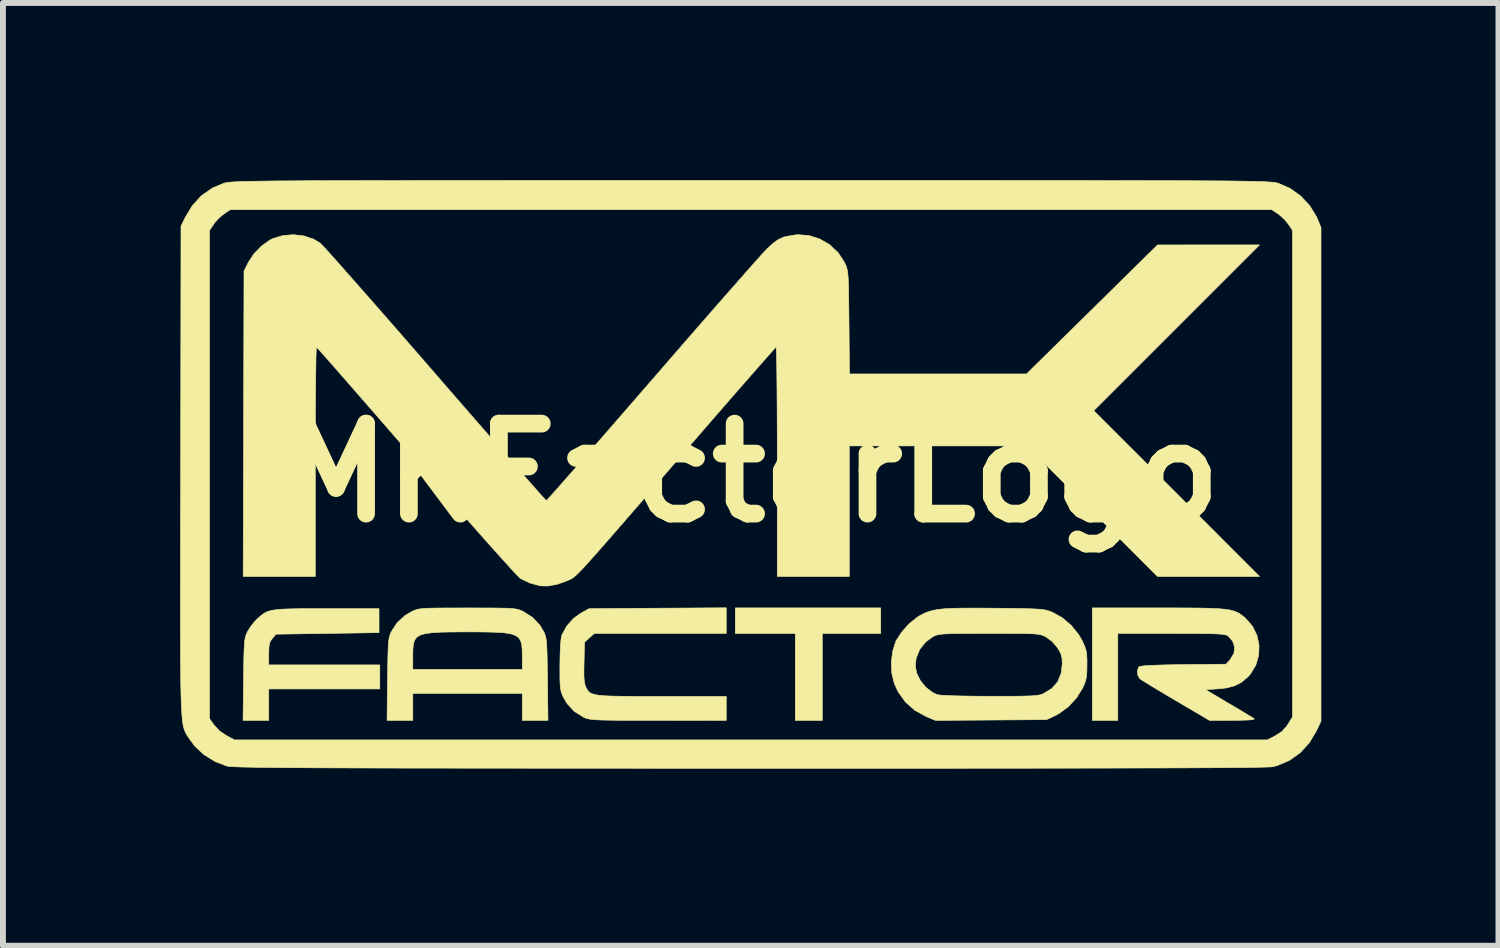
<source format=kicad_pcb>
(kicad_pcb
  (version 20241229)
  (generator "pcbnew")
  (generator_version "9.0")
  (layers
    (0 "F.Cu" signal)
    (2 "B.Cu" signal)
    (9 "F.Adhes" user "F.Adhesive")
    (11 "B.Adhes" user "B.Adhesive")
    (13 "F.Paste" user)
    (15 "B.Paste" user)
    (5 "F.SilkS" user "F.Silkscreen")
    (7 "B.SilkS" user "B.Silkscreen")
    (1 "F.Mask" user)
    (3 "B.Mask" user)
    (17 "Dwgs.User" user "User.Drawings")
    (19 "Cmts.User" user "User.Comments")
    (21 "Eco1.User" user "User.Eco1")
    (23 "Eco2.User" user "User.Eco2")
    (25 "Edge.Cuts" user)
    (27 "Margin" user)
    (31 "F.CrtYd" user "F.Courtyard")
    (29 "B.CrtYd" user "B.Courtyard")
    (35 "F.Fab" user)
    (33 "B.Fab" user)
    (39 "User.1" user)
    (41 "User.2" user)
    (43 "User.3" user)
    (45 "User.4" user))
  (footprint "MKFactorLogo"
    (layer "F.Cu")
    (at 9.68 4.958)
    (property "Reference" "MKFactorLogo" (at 0 0 180) (layer "F.SilkS") (effects (font (size 1.524 1.524) (thickness 0.3))))
    (attr through_hole)
    (fp_poly (pts (xy 2.184 2.718) (xy 1.194 2.718) (xy 1.194 4.191) (xy 0.737 4.191) (xy 0.737 2.718) (xy -0.279 2.718) (xy -0.279 2.286) (xy 2.184 2.286) (xy 2.184 2.718)) (stroke (width 0.01) (type solid)) (fill yes) (layer "F.SilkS"))
    (fp_poly (pts (xy -6.312 2.705) (xy -7.184 2.718) (xy -8.056 2.731) (xy -8.118 2.802) (xy -8.15 2.847) (xy -8.169 2.897) (xy -8.177 2.969) (xy -8.179 3.062) (xy -8.179 3.251) (xy -6.299 3.251) (xy -6.299 3.658) (xy -8.179 3.658) (xy -8.179 4.191) (xy -8.614 4.191) (xy -8.606 3.499) (xy -8.603 3.293) (xy -8.601 3.13) (xy -8.597 3.006) (xy -8.592 2.912) (xy -8.586 2.842) (xy -8.577 2.79) (xy -8.566 2.749) (xy -8.55 2.712) (xy -8.538 2.687) (xy -8.481 2.595) (xy -8.407 2.505) (xy -8.377 2.475) (xy -8.327 2.43) (xy -8.282 2.394) (xy -8.236 2.365) (xy -8.183 2.342) (xy -8.119 2.326) (xy -8.037 2.314) (xy -7.931 2.306) (xy -7.797 2.302) (xy -7.628 2.299) (xy -7.418 2.299) (xy -7.201 2.299) (xy -6.312 2.299) (xy -6.312 2.705)) (stroke (width 0.01) (type solid)) (fill yes) (layer "F.SilkS"))
    (fp_poly (pts (xy -0.432 2.718) (xy -2.666 2.718) (xy -2.749 2.792) (xy -2.832 2.866) (xy -2.84 3.208) (xy -2.843 3.358) (xy -2.841 3.465) (xy -2.834 3.542) (xy -2.822 3.596) (xy -2.808 3.629) (xy -2.789 3.665) (xy -2.769 3.695) (xy -2.743 3.72) (xy -2.706 3.739) (xy -2.655 3.754) (xy -2.585 3.766) (xy -2.491 3.774) (xy -2.368 3.779) (xy -2.213 3.782) (xy -2.02 3.784) (xy -1.785 3.785) (xy -1.525 3.785) (xy -0.432 3.785) (xy -0.432 4.191) (xy -1.581 4.19) (xy -1.853 4.19) (xy -2.08 4.19) (xy -2.265 4.189) (xy -2.414 4.187) (xy -2.531 4.185) (xy -2.621 4.181) (xy -2.69 4.176) (xy -2.741 4.17) (xy -2.781 4.162) (xy -2.812 4.152) (xy -2.841 4.14) (xy -2.845 4.138) (xy -3.004 4.039) (xy -3.129 3.903) (xy -3.191 3.797) (xy -3.213 3.747) (xy -3.229 3.698) (xy -3.24 3.641) (xy -3.246 3.567) (xy -3.249 3.466) (xy -3.249 3.328) (xy -3.249 3.251) (xy -3.246 3.08) (xy -3.24 2.936) (xy -3.231 2.827) (xy -3.22 2.759) (xy -3.218 2.751) (xy -3.136 2.598) (xy -3.018 2.464) (xy -2.894 2.375) (xy -2.756 2.299) (xy -1.594 2.291) (xy -0.432 2.284) (xy -0.432 2.718)) (stroke (width 0.01) (type solid)) (fill yes) (layer "F.SilkS"))
    (fp_poly (pts (xy 7.167 2.286) (xy 7.41 2.287) (xy 7.611 2.289) (xy 7.776 2.293) (xy 7.91 2.3) (xy 8.016 2.309) (xy 8.101 2.322) (xy 8.168 2.34) (xy 8.223 2.362) (xy 8.27 2.389) (xy 8.314 2.422) (xy 8.361 2.462) (xy 8.362 2.463) (xy 8.479 2.597) (xy 8.555 2.753) (xy 8.59 2.92) (xy 8.583 3.091) (xy 8.535 3.255) (xy 8.444 3.405) (xy 8.403 3.451) (xy 8.294 3.544) (xy 8.175 3.606) (xy 8.031 3.642) (xy 7.899 3.656) (xy 7.684 3.67) (xy 8.077 3.904) (xy 8.206 3.98) (xy 8.322 4.049) (xy 8.416 4.106) (xy 8.482 4.146) (xy 8.509 4.163) (xy 8.505 4.173) (xy 8.457 4.181) (xy 8.362 4.186) (xy 8.219 4.189) (xy 8.149 4.19) (xy 7.751 4.191) (xy 7.184 3.857) (xy 7.028 3.765) (xy 6.886 3.68) (xy 6.762 3.605) (xy 6.664 3.545) (xy 6.598 3.503) (xy 6.572 3.485) (xy 6.538 3.429) (xy 6.529 3.359) (xy 6.547 3.297) (xy 6.561 3.281) (xy 6.598 3.272) (xy 6.684 3.263) (xy 6.817 3.257) (xy 6.997 3.251) (xy 7.22 3.247) (xy 7.312 3.246) (xy 8.031 3.239) (xy 8.105 3.156) (xy 8.165 3.055) (xy 8.177 2.95) (xy 8.142 2.847) (xy 8.068 2.763) (xy 8.05 2.751) (xy 8.023 2.742) (xy 7.984 2.734) (xy 7.926 2.729) (xy 7.845 2.725) (xy 7.735 2.722) (xy 7.591 2.72) (xy 7.408 2.719) (xy 7.181 2.718) (xy 7.106 2.718) (xy 6.198 2.718) (xy 6.198 4.191) (xy 5.766 4.191) (xy 5.766 2.286) (xy 6.879 2.286) (xy 7.167 2.286)) (stroke (width 0.01) (type solid)) (fill yes) (layer "F.SilkS"))
    (fp_poly (pts (xy -4.588 2.287) (xy -4.408 2.287) (xy -4.267 2.289) (xy -4.159 2.291) (xy -4.077 2.295) (xy -4.016 2.301) (xy -3.969 2.31) (xy -3.931 2.321) (xy -3.896 2.335) (xy -3.873 2.346) (xy -3.712 2.448) (xy -3.585 2.584) (xy -3.521 2.692) (xy -3.505 2.73) (xy -3.492 2.769) (xy -3.482 2.818) (xy -3.475 2.882) (xy -3.47 2.968) (xy -3.466 3.084) (xy -3.463 3.234) (xy -3.46 3.427) (xy -3.459 3.499) (xy -3.451 4.191) (xy -3.886 4.191) (xy -3.886 3.734) (xy -5.74 3.734) (xy -5.74 4.191) (xy -6.176 4.191) (xy -6.168 3.499) (xy -6.165 3.291) (xy -6.162 3.128) (xy -6.161 3.104) (xy -5.74 3.104) (xy -5.74 3.327) (xy -3.886 3.327) (xy -3.886 3.104) (xy -3.888 2.997) (xy -3.895 2.91) (xy -3.914 2.842) (xy -3.948 2.789) (xy -4.003 2.751) (xy -4.083 2.724) (xy -4.194 2.707) (xy -4.34 2.698) (xy -4.527 2.693) (xy -4.758 2.692) (xy -4.813 2.692) (xy -5.055 2.693) (xy -5.25 2.696) (xy -5.404 2.705) (xy -5.522 2.72) (xy -5.609 2.744) (xy -5.669 2.78) (xy -5.707 2.829) (xy -5.729 2.894) (xy -5.738 2.977) (xy -5.74 3.08) (xy -5.74 3.104) (xy -6.161 3.104) (xy -6.158 3.002) (xy -6.154 2.907) (xy -6.147 2.836) (xy -6.138 2.784) (xy -6.126 2.742) (xy -6.111 2.705) (xy -6.106 2.692) (xy -6.004 2.536) (xy -5.865 2.41) (xy -5.753 2.346) (xy -5.717 2.329) (xy -5.681 2.316) (xy -5.641 2.306) (xy -5.59 2.299) (xy -5.521 2.293) (xy -5.43 2.29) (xy -5.309 2.288) (xy -5.154 2.287) (xy -4.957 2.287) (xy -4.813 2.286) (xy -4.588 2.287)) (stroke (width 0.01) (type solid)) (fill yes) (layer "F.SilkS"))
    (fp_poly (pts (xy 4.013 2.29) (xy 4.115 2.291) (xy 4.342 2.293) (xy 4.525 2.296) (xy 4.67 2.299) (xy 4.782 2.303) (xy 4.867 2.308) (xy 4.932 2.315) (xy 4.984 2.324) (xy 5.027 2.336) (xy 5.068 2.351) (xy 5.086 2.358) (xy 5.254 2.45) (xy 5.408 2.581) (xy 5.536 2.739) (xy 5.594 2.84) (xy 5.633 2.925) (xy 5.658 2.995) (xy 5.671 3.067) (xy 5.676 3.159) (xy 5.676 3.251) (xy 5.674 3.372) (xy 5.666 3.46) (xy 5.649 3.532) (xy 5.62 3.606) (xy 5.602 3.644) (xy 5.498 3.81) (xy 5.36 3.959) (xy 5.202 4.075) (xy 5.137 4.11) (xy 4.991 4.178) (xy 3.111 4.191) (xy 2.961 4.129) (xy 2.763 4.021) (xy 2.601 3.878) (xy 2.475 3.7) (xy 2.413 3.563) (xy 2.372 3.396) (xy 2.365 3.264) (xy 2.769 3.264) (xy 2.792 3.391) (xy 2.855 3.517) (xy 2.948 3.631) (xy 3.061 3.718) (xy 3.137 3.754) (xy 3.185 3.762) (xy 3.28 3.768) (xy 3.418 3.774) (xy 3.593 3.778) (xy 3.803 3.781) (xy 4.026 3.782) (xy 4.254 3.782) (xy 4.436 3.782) (xy 4.58 3.78) (xy 4.69 3.777) (xy 4.773 3.773) (xy 4.834 3.767) (xy 4.88 3.758) (xy 4.916 3.747) (xy 4.94 3.737) (xy 5.083 3.649) (xy 5.182 3.534) (xy 5.24 3.39) (xy 5.258 3.229) (xy 5.253 3.131) (xy 5.232 3.056) (xy 5.188 2.977) (xy 5.175 2.957) (xy 5.086 2.853) (xy 4.982 2.777) (xy 4.981 2.776) (xy 4.949 2.761) (xy 4.918 2.748) (xy 4.881 2.738) (xy 4.833 2.73) (xy 4.768 2.725) (xy 4.68 2.722) (xy 4.563 2.719) (xy 4.412 2.718) (xy 4.221 2.718) (xy 4.021 2.718) (xy 3.789 2.718) (xy 3.603 2.719) (xy 3.456 2.72) (xy 3.342 2.723) (xy 3.257 2.727) (xy 3.194 2.733) (xy 3.148 2.741) (xy 3.113 2.751) (xy 3.083 2.764) (xy 3.076 2.767) (xy 2.944 2.862) (xy 2.844 2.988) (xy 2.784 3.136) (xy 2.769 3.264) (xy 2.365 3.264) (xy 2.363 3.211) (xy 2.385 3.026) (xy 2.436 2.861) (xy 2.445 2.842) (xy 2.54 2.693) (xy 2.668 2.552) (xy 2.812 2.437) (xy 2.865 2.406) (xy 2.93 2.374) (xy 2.996 2.348) (xy 3.071 2.327) (xy 3.16 2.312) (xy 3.268 2.3) (xy 3.401 2.293) (xy 3.566 2.29) (xy 3.768 2.289) (xy 4.013 2.29)) (stroke (width 0.01) (type solid)) (fill yes) (layer "F.SilkS"))
    (fp_poly (pts (xy 0.78 -4.953) (xy 1.523 -4.953) (xy 2.219 -4.953) (xy 2.868 -4.953) (xy 3.474 -4.953) (xy 4.036 -4.953) (xy 4.558 -4.952) (xy 5.04 -4.952) (xy 5.484 -4.952) (xy 5.891 -4.951) (xy 6.264 -4.951) (xy 6.604 -4.95) (xy 6.912 -4.949) (xy 7.191 -4.949) (xy 7.441 -4.948) (xy 7.664 -4.946) (xy 7.862 -4.945) (xy 8.037 -4.944) (xy 8.19 -4.942) (xy 8.323 -4.94) (xy 8.437 -4.938) (xy 8.535 -4.936) (xy 8.616 -4.934) (xy 8.684 -4.931) (xy 8.74 -4.928) (xy 8.785 -4.925) (xy 8.821 -4.922) (xy 8.85 -4.919) (xy 8.873 -4.915) (xy 8.892 -4.911) (xy 8.908 -4.906) (xy 8.922 -4.902) (xy 9.117 -4.817) (xy 9.295 -4.689) (xy 9.445 -4.529) (xy 9.559 -4.345) (xy 9.583 -4.293) (xy 9.639 -4.153) (xy 9.639 4.204) (xy 9.558 4.374) (xy 9.439 4.572) (xy 9.286 4.738) (xy 9.105 4.867) (xy 8.902 4.954) (xy 8.819 4.976) (xy 8.789 4.978) (xy 8.727 4.981) (xy 8.632 4.983) (xy 8.503 4.986) (xy 8.338 4.988) (xy 8.138 4.99) (xy 7.9 4.992) (xy 7.625 4.993) (xy 7.311 4.995) (xy 6.957 4.996) (xy 6.563 4.997) (xy 6.127 4.998) (xy 5.649 4.999) (xy 5.128 5) (xy 4.562 5.001) (xy 3.951 5.001) (xy 3.294 5.002) (xy 2.591 5.002) (xy 1.839 5.002) (xy 1.039 5.002) (xy 0.189 5.002) (xy -0.033 5.002) (xy -0.837 5.002) (xy -1.591 5.002) (xy -2.298 5.001) (xy -2.958 5.001) (xy -3.574 5.001) (xy -4.147 5) (xy -4.678 5) (xy -5.168 4.999) (xy -5.621 4.999) (xy -6.036 4.998) (xy -6.415 4.997) (xy -6.76 4.996) (xy -7.073 4.995) (xy -7.355 4.994) (xy -7.607 4.992) (xy -7.831 4.991) (xy -8.029 4.989) (xy -8.202 4.987) (xy -8.351 4.986) (xy -8.479 4.983) (xy -8.586 4.981) (xy -8.674 4.979) (xy -8.745 4.976) (xy -8.8 4.974) (xy -8.84 4.971) (xy -8.868 4.967) (xy -8.884 4.965) (xy -9.088 4.887) (xy -9.274 4.772) (xy -9.43 4.628) (xy -9.534 4.486) (xy -9.553 4.456) (xy -9.57 4.429) (xy -9.585 4.402) (xy -9.598 4.374) (xy -9.611 4.343) (xy -9.622 4.304) (xy -9.631 4.258) (xy -9.64 4.2) (xy -9.647 4.129) (xy -9.653 4.042) (xy -9.659 3.936) (xy -9.663 3.811) (xy -9.667 3.662) (xy -9.67 3.489) (xy -9.672 3.287) (xy -9.673 3.056) (xy -9.674 2.792) (xy -9.675 2.494) (xy -9.675 2.159) (xy -9.674 1.784) (xy -9.674 1.367) (xy -9.673 0.906) (xy -9.672 0.399) (xy -9.671 -0.04) (xy -9.665 -4.106) (xy -9.182 -4.106) (xy -9.182 4.161) (xy -9.105 4.27) (xy -9.01 4.372) (xy -8.893 4.45) (xy -8.757 4.521) (xy 8.732 4.521) (xy 8.868 4.45) (xy 8.981 4.376) (xy 9.064 4.28) (xy 9.08 4.255) (xy 9.157 4.131) (xy 9.157 -4.106) (xy 9.087 -4.212) (xy 9.019 -4.294) (xy 8.936 -4.369) (xy 8.911 -4.388) (xy 8.805 -4.458) (xy -8.83 -4.458) (xy -8.936 -4.388) (xy -9.018 -4.32) (xy -9.094 -4.237) (xy -9.112 -4.212) (xy -9.182 -4.106) (xy -9.665 -4.106) (xy -9.665 -4.178) (xy -9.598 -4.318) (xy -9.473 -4.526) (xy -9.318 -4.695) (xy -9.135 -4.823) (xy -8.949 -4.902) (xy -8.933 -4.906) (xy -8.917 -4.911) (xy -8.898 -4.915) (xy -8.875 -4.919) (xy -8.846 -4.922) (xy -8.81 -4.925) (xy -8.765 -4.928) (xy -8.709 -4.931) (xy -8.642 -4.934) (xy -8.56 -4.936) (xy -8.463 -4.938) (xy -8.349 -4.94) (xy -8.216 -4.942) (xy -8.063 -4.944) (xy -7.888 -4.945) (xy -7.69 -4.946) (xy -7.466 -4.948) (xy -7.216 -4.949) (xy -6.938 -4.949) (xy -6.63 -4.95) (xy -6.29 -4.951) (xy -5.917 -4.951) (xy -5.51 -4.952) (xy -5.066 -4.952) (xy -4.584 -4.952) (xy -4.063 -4.953) (xy -3.5 -4.953) (xy -2.895 -4.953) (xy -2.245 -4.953) (xy -1.55 -4.953) (xy -0.807 -4.953) (xy -0.014 -4.953) (xy -0.013 -4.953) (xy 0.78 -4.953)) (stroke (width 0.01) (type solid)) (fill yes) (layer "F.SilkS"))
    (fp_poly (pts (xy 0.966 -4.02) (xy 1.151 -3.962) (xy 1.319 -3.864) (xy 1.461 -3.731) (xy 1.57 -3.565) (xy 1.58 -3.543) (xy 1.596 -3.508) (xy 1.608 -3.472) (xy 1.618 -3.431) (xy 1.626 -3.378) (xy 1.632 -3.308) (xy 1.636 -3.216) (xy 1.64 -3.094) (xy 1.642 -2.938) (xy 1.644 -2.742) (xy 1.646 -2.546) (xy 1.654 -1.676) (xy 3.153 -1.676) (xy 4.653 -1.676) (xy 6.871 -3.86) (xy 7.734 -3.861) (xy 8.598 -3.861) (xy 7.194 -2.457) (xy 5.791 -1.054) (xy 7.195 0.349) (xy 8.598 1.753) (xy 7.734 1.753) (xy 6.87 1.753) (xy 5.766 0.648) (xy 4.661 -0.457) (xy 3.156 -0.457) (xy 1.651 -0.457) (xy 1.651 1.753) (xy 0.432 1.753) (xy 0.432 -0.191) (xy 0.432 -0.5) (xy 0.431 -0.794) (xy 0.43 -1.068) (xy 0.428 -1.32) (xy 0.426 -1.545) (xy 0.424 -1.739) (xy 0.422 -1.899) (xy 0.419 -2.02) (xy 0.416 -2.099) (xy 0.413 -2.131) (xy 0.413 -2.132) (xy 0.394 -2.113) (xy 0.344 -2.058) (xy 0.266 -1.97) (xy 0.161 -1.852) (xy 0.034 -1.707) (xy -0.115 -1.537) (xy -0.283 -1.345) (xy -0.467 -1.133) (xy -0.664 -0.906) (xy -0.874 -0.664) (xy -1.067 -0.441) (xy -1.358 -0.104) (xy -1.618 0.196) (xy -1.848 0.463) (xy -2.051 0.697) (xy -2.228 0.901) (xy -2.382 1.078) (xy -2.514 1.229) (xy -2.626 1.357) (xy -2.721 1.463) (xy -2.8 1.551) (xy -2.864 1.621) (xy -2.917 1.676) (xy -2.96 1.718) (xy -2.995 1.749) (xy -3.023 1.772) (xy -3.047 1.789) (xy -3.069 1.801) (xy -3.091 1.81) (xy -3.114 1.82) (xy -3.134 1.829) (xy -3.297 1.887) (xy -3.455 1.915) (xy -3.581 1.912) (xy -3.759 1.864) (xy -3.917 1.787) (xy -3.947 1.76) (xy -4.008 1.696) (xy -4.097 1.599) (xy -4.213 1.471) (xy -4.354 1.315) (xy -4.516 1.133) (xy -4.698 0.927) (xy -4.897 0.7) (xy -5.112 0.455) (xy -5.34 0.195) (xy -5.578 -0.079) (xy -5.68 -0.196) (xy -5.913 -0.465) (xy -6.136 -0.722) (xy -6.349 -0.967) (xy -6.547 -1.194) (xy -6.73 -1.404) (xy -6.894 -1.592) (xy -7.037 -1.756) (xy -7.158 -1.893) (xy -7.254 -2.002) (xy -7.323 -2.079) (xy -7.362 -2.121) (xy -7.37 -2.129) (xy -7.373 -2.106) (xy -7.377 -2.036) (xy -7.38 -1.922) (xy -7.382 -1.77) (xy -7.385 -1.582) (xy -7.387 -1.362) (xy -7.389 -1.115) (xy -7.39 -0.844) (xy -7.391 -0.554) (xy -7.391 -0.247) (xy -7.391 -0.193) (xy -7.391 1.753) (xy -8.612 1.753) (xy -8.605 -0.832) (xy -8.598 -3.416) (xy -8.528 -3.56) (xy -8.432 -3.708) (xy -8.304 -3.84) (xy -8.16 -3.943) (xy -8.109 -3.968) (xy -7.941 -4.019) (xy -7.761 -4.034) (xy -7.583 -4.013) (xy -7.42 -3.959) (xy -7.306 -3.889) (xy -7.278 -3.861) (xy -7.218 -3.796) (xy -7.129 -3.698) (xy -7.014 -3.569) (xy -6.875 -3.412) (xy -6.714 -3.229) (xy -6.533 -3.023) (xy -6.334 -2.797) (xy -6.121 -2.553) (xy -5.894 -2.293) (xy -5.656 -2.02) (xy -5.41 -1.736) (xy -5.355 -1.673) (xy -5.109 -1.389) (xy -4.872 -1.117) (xy -4.647 -0.858) (xy -4.435 -0.615) (xy -4.239 -0.39) (xy -4.06 -0.185) (xy -3.901 -0.004) (xy -3.765 0.151) (xy -3.652 0.279) (xy -3.566 0.376) (xy -3.508 0.44) (xy -3.48 0.468) (xy -3.478 0.47) (xy -3.46 0.451) (xy -3.41 0.396) (xy -3.331 0.308) (xy -3.226 0.189) (xy -3.096 0.041) (xy -2.943 -0.132) (xy -2.771 -0.33) (xy -2.581 -0.548) (xy -2.375 -0.785) (xy -2.155 -1.038) (xy -1.924 -1.304) (xy -1.683 -1.582) (xy -1.678 -1.587) (xy -1.434 -1.869) (xy -1.197 -2.142) (xy -0.969 -2.404) (xy -0.752 -2.652) (xy -0.55 -2.884) (xy -0.364 -3.095) (xy -0.197 -3.285) (xy -0.052 -3.45) (xy 0.07 -3.587) (xy 0.166 -3.694) (xy 0.233 -3.767) (xy 0.267 -3.803) (xy 0.363 -3.89) (xy 0.443 -3.948) (xy 0.524 -3.986) (xy 0.575 -4.003) (xy 0.772 -4.035) (xy 0.966 -4.02)) (stroke (width 0.01) (type solid)) (fill yes) (layer "F.SilkS")))
  (gr_rect
    (start -3 -3)
    (end 22.324 12.965)
    (stroke (width 0.1) (type default))
    (fill no)
    (layer "Edge.Cuts")))
</source>
